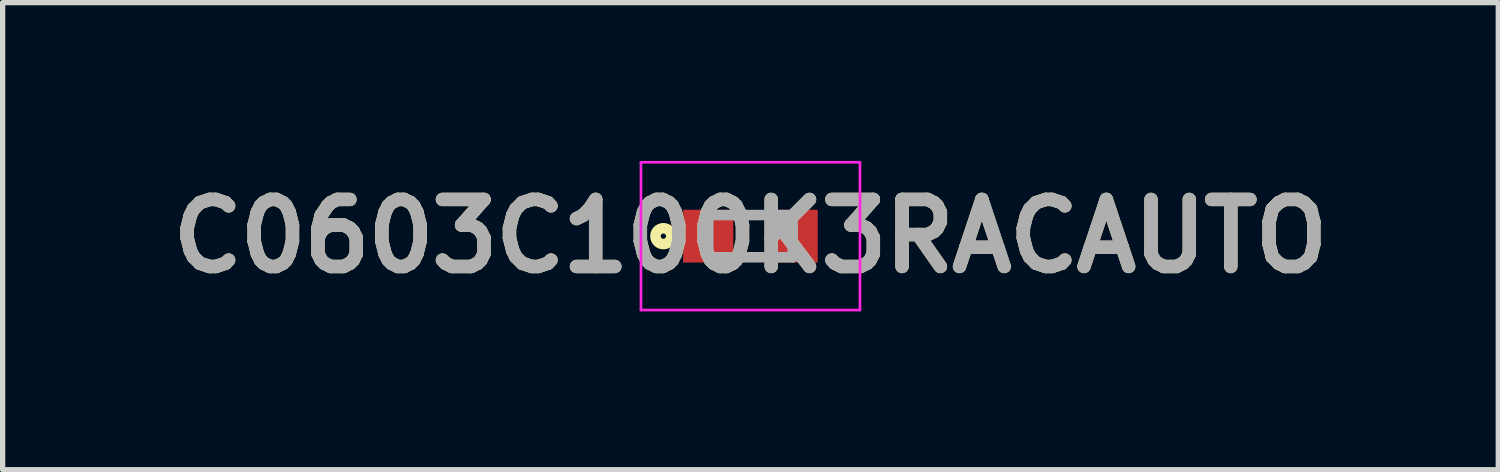
<source format=kicad_pcb>
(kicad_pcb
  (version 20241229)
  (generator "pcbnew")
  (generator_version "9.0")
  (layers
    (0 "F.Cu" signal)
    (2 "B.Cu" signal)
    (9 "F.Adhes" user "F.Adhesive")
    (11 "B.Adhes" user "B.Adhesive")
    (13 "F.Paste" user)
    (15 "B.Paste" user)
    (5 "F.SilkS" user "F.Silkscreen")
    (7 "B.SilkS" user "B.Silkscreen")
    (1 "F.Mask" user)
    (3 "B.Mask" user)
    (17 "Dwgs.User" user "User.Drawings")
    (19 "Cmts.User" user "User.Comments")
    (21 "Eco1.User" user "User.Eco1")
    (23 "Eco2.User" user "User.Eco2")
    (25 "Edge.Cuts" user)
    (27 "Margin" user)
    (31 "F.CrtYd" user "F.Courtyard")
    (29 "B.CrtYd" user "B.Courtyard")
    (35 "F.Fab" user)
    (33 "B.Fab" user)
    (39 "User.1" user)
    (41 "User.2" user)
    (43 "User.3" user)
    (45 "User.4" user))
  (footprint "C0603C100K3RACAUTO"
    (layer "F.Cu")
    (at 11.17 1.425)
    (property "Reference" "C0603C100K3RACAUTO" (at 0 0 0) (layer "F.SilkS") (effects (font (size 1.27 1.27) (thickness 0.254))))
    (attr smd)
    (fp_circle (center -1.65 0) (end -1.65 0.05) (stroke (width 0.2) (type solid)) (fill no) (layer "F.SilkS"))
    (fp_line (start -2.075 -1.4) (end 2.075 -1.4) (stroke (width 0.05) (type solid)) (layer "F.CrtYd"))
    (fp_line (start -2.075 1.4) (end -2.075 -1.4) (stroke (width 0.05) (type solid)) (layer "F.CrtYd"))
    (fp_line (start 2.075 -1.4) (end 2.075 1.4) (stroke (width 0.05) (type solid)) (layer "F.CrtYd"))
    (fp_line (start 2.075 1.4) (end -2.075 1.4) (stroke (width 0.05) (type solid)) (layer "F.CrtYd"))
    (fp_line (start -0.8 -0.4) (end 0.8 -0.4) (stroke (width 0.2) (type solid)) (layer "F.Fab"))
    (fp_line (start -0.8 0.4) (end -0.8 -0.4) (stroke (width 0.2) (type solid)) (layer "F.Fab"))
    (fp_line (start 0.8 -0.4) (end 0.8 0.4) (stroke (width 0.2) (type solid)) (layer "F.Fab"))
    (fp_line (start 0.8 0.4) (end -0.8 0.4) (stroke (width 0.2) (type solid)) (layer "F.Fab"))
    (fp_text user "${REFERENCE}" (at 0 0 0) (layer "F.Fab") (effects (font (size 1.27 1.27) (thickness 0.254))))
    (pad "1" smd rect (at -0.8 0) (size 0.95 1) (layers "F.Cu" "F.Mask" "F.Paste"))
    (pad "2" smd rect (at 0.8 0) (size 0.95 1) (layers "F.Cu" "F.Mask" "F.Paste")))
  (gr_rect
    (start -3 -3)
    (end 25.34 5.85)
    (stroke (width 0.1) (type default))
    (fill no)
    (layer "Edge.Cuts")))
</source>
